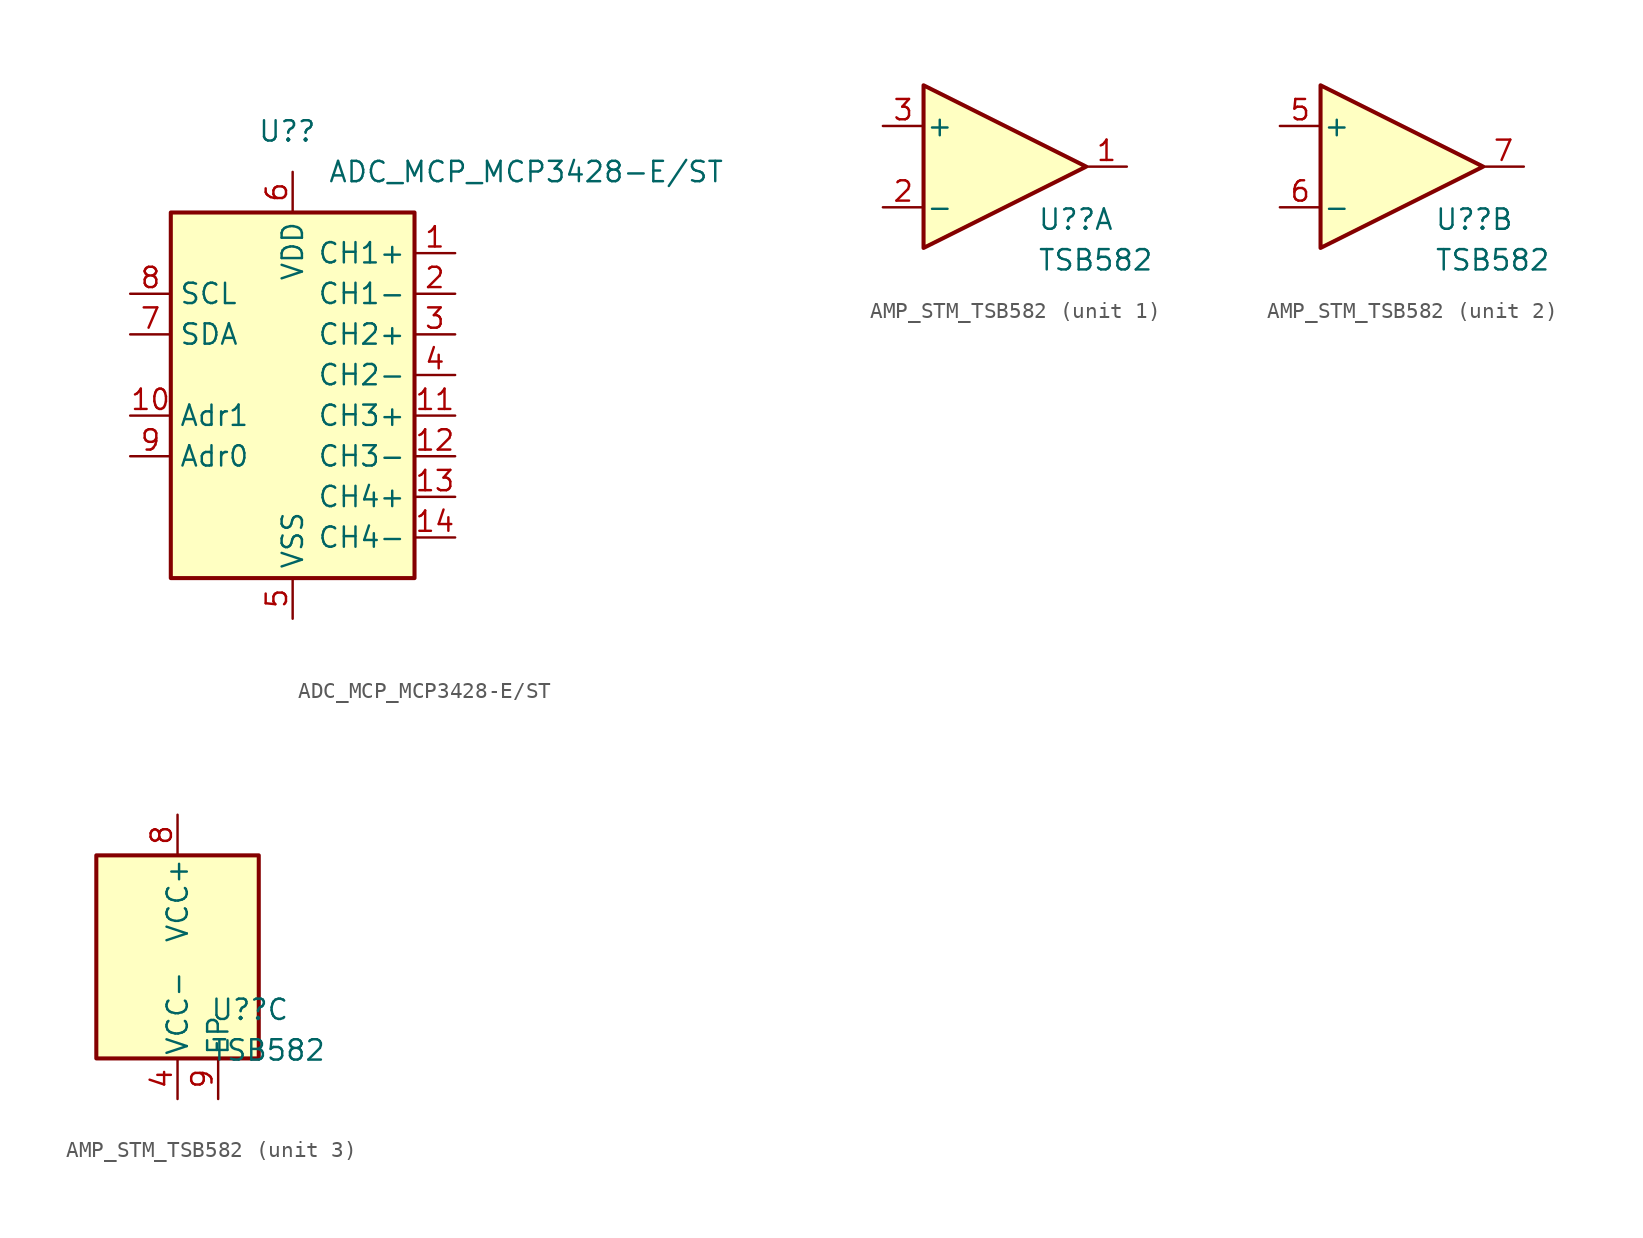
<source format=kicad_sym>
(kicad_symbol_lib
  (version 20231120)
  (generator "kicad_symbol_editor")
  (generator_version "8.0")
  (symbol "ADC_MCP_MCP3428-E/ST"
    (property "Reference" "U?"
      (at -2.194 15.24 0)
      (effects (font (size 1.27 1.27)) (justify left)))
    (property "Value" "ADC_MCP_MCP3428-E/ST"
      (at 2.194 12.7 0)
      (effects (font (size 1.27 1.27)) (justify left)))
    (symbol "ADC_MCP_MCP3428-E/ST_0_1"
      (rectangle (start -7.62 -12.7) (end 7.62 10.16) (stroke (width 0.254) (type default)) (fill (type background))))
    (symbol "ADC_MCP_MCP3428-E/ST_1_1"
      (pin input line (at 10.16 7.62 180) (length 2.54) (name "CH1+" (effects (font (size 1.27 1.27)))) (number "1" (effects (font (size 1.27 1.27)))))
      (pin input line (at -10.16 -2.54 0) (length 2.54) (name "Adr1" (effects (font (size 1.27 1.27)))) (number "10" (effects (font (size 1.27 1.27)))))
      (pin input line (at 10.16 -2.54 180) (length 2.54) (name "CH3+" (effects (font (size 1.27 1.27)))) (number "11" (effects (font (size 1.27 1.27)))))
      (pin input line (at 10.16 -5.08 180) (length 2.54) (name "CH3-" (effects (font (size 1.27 1.27)))) (number "12" (effects (font (size 1.27 1.27)))))
      (pin input line (at 10.16 -7.62 180) (length 2.54) (name "CH4+" (effects (font (size 1.27 1.27)))) (number "13" (effects (font (size 1.27 1.27)))))
      (pin input line (at 10.16 -10.16 180) (length 2.54) (name "CH4-" (effects (font (size 1.27 1.27)))) (number "14" (effects (font (size 1.27 1.27)))))
      (pin input line (at 10.16 5.08 180) (length 2.54) (name "CH1-" (effects (font (size 1.27 1.27)))) (number "2" (effects (font (size 1.27 1.27)))))
      (pin input line (at 10.16 2.54 180) (length 2.54) (name "CH2+" (effects (font (size 1.27 1.27)))) (number "3" (effects (font (size 1.27 1.27)))))
      (pin input line (at 10.16 0 180) (length 2.54) (name "CH2-" (effects (font (size 1.27 1.27)))) (number "4" (effects (font (size 1.27 1.27)))))
      (pin power_in line (at 0 -15.24 90) (length 2.54) (name "VSS" (effects (font (size 1.27 1.27)))) (number "5" (effects (font (size 1.27 1.27)))))
      (pin power_in line (at 0 12.7 270) (length 2.54) (name "VDD" (effects (font (size 1.27 1.27)))) (number "6" (effects (font (size 1.27 1.27)))))
      (pin bidirectional line (at -10.16 2.54 0) (length 2.54) (name "SDA" (effects (font (size 1.27 1.27)))) (number "7" (effects (font (size 1.27 1.27)))))
      (pin input line (at -10.16 5.08 0) (length 2.54) (name "SCL" (effects (font (size 1.27 1.27)))) (number "8" (effects (font (size 1.27 1.27)))))
      (pin input line (at -10.16 -5.08 0) (length 2.54) (name "Adr0" (effects (font (size 1.27 1.27)))) (number "9" (effects (font (size 1.27 1.27)))))))
  (symbol "AMP_STM_TSB582"
    (pin_names
      (offset 0.127))
    (property "Reference" "U?"
      (at 2.032 -3.302 0)
      (effects (font (size 1.27 1.27)) (justify left)))
    (property "Value" "TSB582"
      (at 2.032 -5.842 0)
      (effects (font (size 1.27 1.27)) (justify left)))
    (property "ki_locked" ""
      (at 0 0 0)
      (effects (font (size 1.27 1.27))))
    (symbol "AMP_STM_TSB582_1_1"
      (polyline (pts (xy -5.08 5.08) (xy 5.08 0) (xy -5.08 -5.08) (xy -5.08 5.08)) (stroke (width 0.254) (type default)) (fill (type background)))
      (pin output line (at 7.62 0 180) (length 2.54) (name "~" (effects (font (size 1.27 1.27)))) (number "1" (effects (font (size 1.27 1.27)))))
      (pin input line (at -7.62 -2.54 0) (length 2.54) (name "-" (effects (font (size 1.27 1.27)))) (number "2" (effects (font (size 1.27 1.27)))))
      (pin input line (at -7.62 2.54 0) (length 2.54) (name "+" (effects (font (size 1.27 1.27)))) (number "3" (effects (font (size 1.27 1.27))))))
    (symbol "AMP_STM_TSB582_2_1"
      (polyline (pts (xy -5.08 5.08) (xy 5.08 0) (xy -5.08 -5.08) (xy -5.08 5.08)) (stroke (width 0.254) (type default)) (fill (type background)))
      (pin input line (at -7.62 2.54 0) (length 2.54) (name "+" (effects (font (size 1.27 1.27)))) (number "5" (effects (font (size 1.27 1.27)))))
      (pin input line (at -7.62 -2.54 0) (length 2.54) (name "-" (effects (font (size 1.27 1.27)))) (number "6" (effects (font (size 1.27 1.27)))))
      (pin output line (at 7.62 0 180) (length 2.54) (name "~" (effects (font (size 1.27 1.27)))) (number "7" (effects (font (size 1.27 1.27))))))
    (symbol "AMP_STM_TSB582_3_0"
      (rectangle (start -5.08 6.35) (end 5.08 -6.35) (stroke (width 0.254) (type solid)) (fill (type background))))
    (symbol "AMP_STM_TSB582_3_1"
      (pin power_in line (at 0 -8.89 90) (length 2.54) (name "VCC-" (effects (font (size 1.27 1.27)))) (number "4" (effects (font (size 1.27 1.27)))))
      (pin power_in line (at 0 8.89 270) (length 2.54) (name "VCC+" (effects (font (size 1.27 1.27)))) (number "8" (effects (font (size 1.27 1.27)))))
      (pin power_in line (at 2.54 -8.89 90) (length 2.54) (name "EP" (effects (font (size 1.27 1.27)))) (number "9" (effects (font (size 1.27 1.27))))))))
</source>
